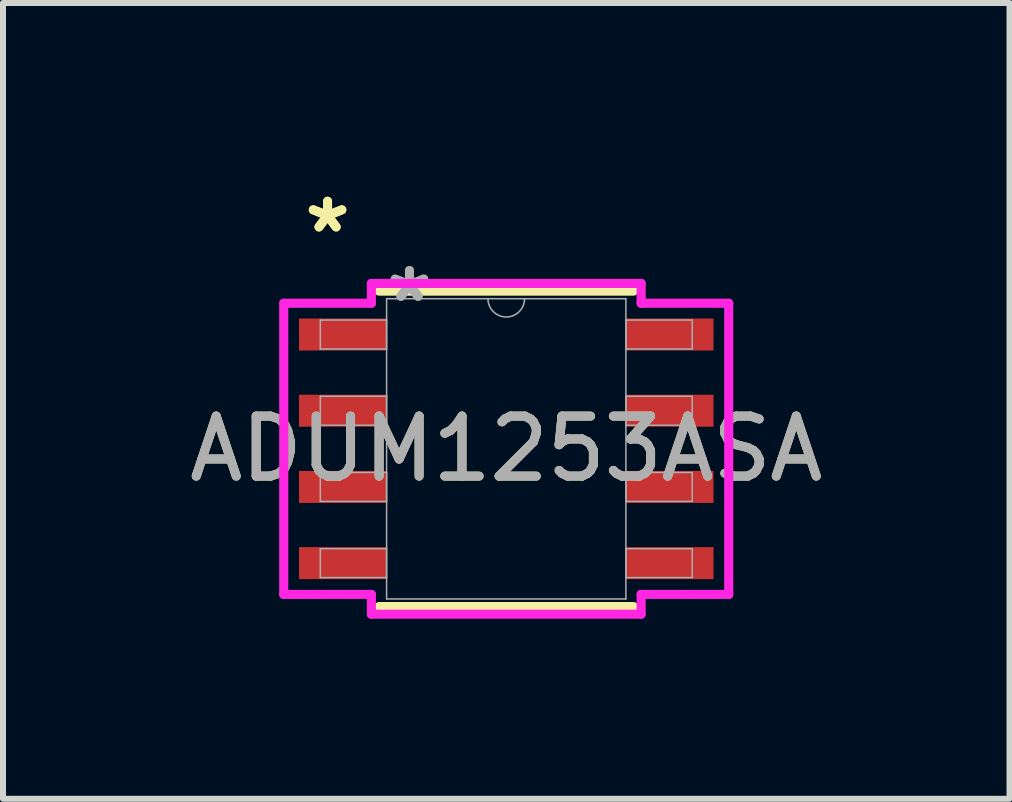
<source format=kicad_pcb>
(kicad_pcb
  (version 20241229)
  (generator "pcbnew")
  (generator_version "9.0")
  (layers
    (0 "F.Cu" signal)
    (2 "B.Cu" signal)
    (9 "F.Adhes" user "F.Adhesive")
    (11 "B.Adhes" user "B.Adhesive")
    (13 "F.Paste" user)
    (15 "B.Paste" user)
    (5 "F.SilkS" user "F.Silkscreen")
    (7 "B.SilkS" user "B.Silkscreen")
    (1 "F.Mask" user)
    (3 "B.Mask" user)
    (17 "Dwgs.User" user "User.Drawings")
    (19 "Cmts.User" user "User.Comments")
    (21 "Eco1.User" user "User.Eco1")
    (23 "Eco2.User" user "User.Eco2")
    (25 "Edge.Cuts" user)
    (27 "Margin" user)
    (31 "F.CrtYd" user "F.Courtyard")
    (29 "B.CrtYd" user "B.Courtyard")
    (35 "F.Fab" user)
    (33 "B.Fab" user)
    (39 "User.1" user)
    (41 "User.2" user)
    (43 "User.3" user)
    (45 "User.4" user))
  (footprint "ADUM1253ASA"
    (layer "F.Cu")
    (at 5.387 4.43)
    (property "Reference" "ADUM1253ASA" (at 0 0 0) (unlocked yes) (layer "F.SilkS") (effects (font (size 1 1) (thickness 0.15))))
    (attr smd)
    (fp_line (start -2.121 2.629) (end 2.121 2.629) (stroke (width 0.152) (type solid)) (layer "F.SilkS"))
    (fp_line (start 2.121 -2.629) (end -2.121 -2.629) (stroke (width 0.152) (type solid)) (layer "F.SilkS"))
    (fp_line (start -3.708 -2.426) (end -2.248 -2.426) (stroke (width 0.152) (type solid)) (layer "F.CrtYd"))
    (fp_line (start -3.708 2.426) (end -3.708 -2.426) (stroke (width 0.152) (type solid)) (layer "F.CrtYd"))
    (fp_line (start -3.708 2.426) (end -2.248 2.426) (stroke (width 0.152) (type solid)) (layer "F.CrtYd"))
    (fp_line (start -2.248 -2.756) (end 2.248 -2.756) (stroke (width 0.152) (type solid)) (layer "F.CrtYd"))
    (fp_line (start -2.248 -2.426) (end -2.248 -2.756) (stroke (width 0.152) (type solid)) (layer "F.CrtYd"))
    (fp_line (start -2.248 2.756) (end -2.248 2.426) (stroke (width 0.152) (type solid)) (layer "F.CrtYd"))
    (fp_line (start 2.248 -2.756) (end 2.248 -2.426) (stroke (width 0.152) (type solid)) (layer "F.CrtYd"))
    (fp_line (start 2.248 2.426) (end 2.248 2.756) (stroke (width 0.152) (type solid)) (layer "F.CrtYd"))
    (fp_line (start 2.248 2.756) (end -2.248 2.756) (stroke (width 0.152) (type solid)) (layer "F.CrtYd"))
    (fp_line (start 3.708 -2.426) (end 2.248 -2.426) (stroke (width 0.152) (type solid)) (layer "F.CrtYd"))
    (fp_line (start 3.708 -2.426) (end 3.708 2.426) (stroke (width 0.152) (type solid)) (layer "F.CrtYd"))
    (fp_line (start 3.708 2.426) (end 2.248 2.426) (stroke (width 0.152) (type solid)) (layer "F.CrtYd"))
    (fp_line (start -3.099 -2.146) (end -3.099 -1.664) (stroke (width 0.025) (type solid)) (layer "F.Fab"))
    (fp_line (start -3.099 -1.664) (end -1.994 -1.664) (stroke (width 0.025) (type solid)) (layer "F.Fab"))
    (fp_line (start -3.099 -0.876) (end -3.099 -0.394) (stroke (width 0.025) (type solid)) (layer "F.Fab"))
    (fp_line (start -3.099 -0.394) (end -1.994 -0.394) (stroke (width 0.025) (type solid)) (layer "F.Fab"))
    (fp_line (start -3.099 0.394) (end -3.099 0.876) (stroke (width 0.025) (type solid)) (layer "F.Fab"))
    (fp_line (start -3.099 0.876) (end -1.994 0.876) (stroke (width 0.025) (type solid)) (layer "F.Fab"))
    (fp_line (start -3.099 1.664) (end -3.099 2.146) (stroke (width 0.025) (type solid)) (layer "F.Fab"))
    (fp_line (start -3.099 2.146) (end -1.994 2.146) (stroke (width 0.025) (type solid)) (layer "F.Fab"))
    (fp_line (start -1.994 -2.502) (end -1.994 2.502) (stroke (width 0.025) (type solid)) (layer "F.Fab"))
    (fp_line (start -1.994 -2.146) (end -3.099 -2.146) (stroke (width 0.025) (type solid)) (layer "F.Fab"))
    (fp_line (start -1.994 -1.664) (end -1.994 -2.146) (stroke (width 0.025) (type solid)) (layer "F.Fab"))
    (fp_line (start -1.994 -0.876) (end -3.099 -0.876) (stroke (width 0.025) (type solid)) (layer "F.Fab"))
    (fp_line (start -1.994 -0.394) (end -1.994 -0.876) (stroke (width 0.025) (type solid)) (layer "F.Fab"))
    (fp_line (start -1.994 0.394) (end -3.099 0.394) (stroke (width 0.025) (type solid)) (layer "F.Fab"))
    (fp_line (start -1.994 0.876) (end -1.994 0.394) (stroke (width 0.025) (type solid)) (layer "F.Fab"))
    (fp_line (start -1.994 1.664) (end -3.099 1.664) (stroke (width 0.025) (type solid)) (layer "F.Fab"))
    (fp_line (start -1.994 2.146) (end -1.994 1.664) (stroke (width 0.025) (type solid)) (layer "F.Fab"))
    (fp_line (start -1.994 2.502) (end 1.994 2.502) (stroke (width 0.025) (type solid)) (layer "F.Fab"))
    (fp_line (start 1.994 -2.502) (end -1.994 -2.502) (stroke (width 0.025) (type solid)) (layer "F.Fab"))
    (fp_line (start 1.994 -2.146) (end 1.994 -1.664) (stroke (width 0.025) (type solid)) (layer "F.Fab"))
    (fp_line (start 1.994 -1.664) (end 3.099 -1.664) (stroke (width 0.025) (type solid)) (layer "F.Fab"))
    (fp_line (start 1.994 -0.876) (end 1.994 -0.394) (stroke (width 0.025) (type solid)) (layer "F.Fab"))
    (fp_line (start 1.994 -0.394) (end 3.099 -0.394) (stroke (width 0.025) (type solid)) (layer "F.Fab"))
    (fp_line (start 1.994 0.394) (end 1.994 0.876) (stroke (width 0.025) (type solid)) (layer "F.Fab"))
    (fp_line (start 1.994 0.876) (end 3.099 0.876) (stroke (width 0.025) (type solid)) (layer "F.Fab"))
    (fp_line (start 1.994 1.664) (end 1.994 2.146) (stroke (width 0.025) (type solid)) (layer "F.Fab"))
    (fp_line (start 1.994 2.146) (end 3.099 2.146) (stroke (width 0.025) (type solid)) (layer "F.Fab"))
    (fp_line (start 1.994 2.502) (end 1.994 -2.502) (stroke (width 0.025) (type solid)) (layer "F.Fab"))
    (fp_line (start 3.099 -2.146) (end 1.994 -2.146) (stroke (width 0.025) (type solid)) (layer "F.Fab"))
    (fp_line (start 3.099 -1.664) (end 3.099 -2.146) (stroke (width 0.025) (type solid)) (layer "F.Fab"))
    (fp_line (start 3.099 -0.876) (end 1.994 -0.876) (stroke (width 0.025) (type solid)) (layer "F.Fab"))
    (fp_line (start 3.099 -0.394) (end 3.099 -0.876) (stroke (width 0.025) (type solid)) (layer "F.Fab"))
    (fp_line (start 3.099 0.394) (end 1.994 0.394) (stroke (width 0.025) (type solid)) (layer "F.Fab"))
    (fp_line (start 3.099 0.876) (end 3.099 0.394) (stroke (width 0.025) (type solid)) (layer "F.Fab"))
    (fp_line (start 3.099 1.664) (end 1.994 1.664) (stroke (width 0.025) (type solid)) (layer "F.Fab"))
    (fp_line (start 3.099 2.146) (end 3.099 1.664) (stroke (width 0.025) (type solid)) (layer "F.Fab"))
    (fp_arc (start 0.3048 -2.5019) (mid 0 -2.1971) (end -0.3048 -2.5019) (stroke (width 0.0254) (type solid)) (layer "F.Fab"))
    (fp_text user "*" (at -2.978 -3.581 0) (unlocked yes) (layer "F.SilkS") (effects (font (size 1 1) (thickness 0.15))))
    (fp_text user "*" (at -2.978 -3.581 0) (layer "F.SilkS") (effects (font (size 1 1) (thickness 0.15))))
    (fp_text user "*" (at -1.613 -2.426 0) (unlocked yes) (layer "F.Fab") (effects (font (size 1 1) (thickness 0.15))))
    (fp_text user "*" (at -1.613 -2.426 0) (layer "F.Fab") (effects (font (size 1 1) (thickness 0.15))))
    (fp_text user "${REFERENCE}" (at 0 0 0) (unlocked yes) (layer "F.Fab") (effects (font (size 1 1) (thickness 0.15))))
    (pad "1" smd rect (at -2.724 -1.905) (size 1.46 0.533) (layers "F.Cu" "F.Mask" "F.Paste"))
    (pad "2" smd rect (at -2.724 -0.635) (size 1.46 0.533) (layers "F.Cu" "F.Mask" "F.Paste"))
    (pad "3" smd rect (at -2.724 0.635) (size 1.46 0.533) (layers "F.Cu" "F.Mask" "F.Paste"))
    (pad "4" smd rect (at -2.724 1.905) (size 1.46 0.533) (layers "F.Cu" "F.Mask" "F.Paste"))
    (pad "5" smd rect (at 2.724 1.905) (size 1.46 0.533) (layers "F.Cu" "F.Mask" "F.Paste"))
    (pad "6" smd rect (at 2.724 0.635) (size 1.46 0.533) (layers "F.Cu" "F.Mask" "F.Paste"))
    (pad "7" smd rect (at 2.724 -0.635) (size 1.46 0.533) (layers "F.Cu" "F.Mask" "F.Paste"))
    (pad "8" smd rect (at 2.724 -1.905) (size 1.46 0.533) (layers "F.Cu" "F.Mask" "F.Paste")))
  (gr_rect
    (start -3 -3)
    (end 13.774 10.262)
    (stroke (width 0.1) (type default))
    (fill no)
    (layer "Edge.Cuts")))
</source>
